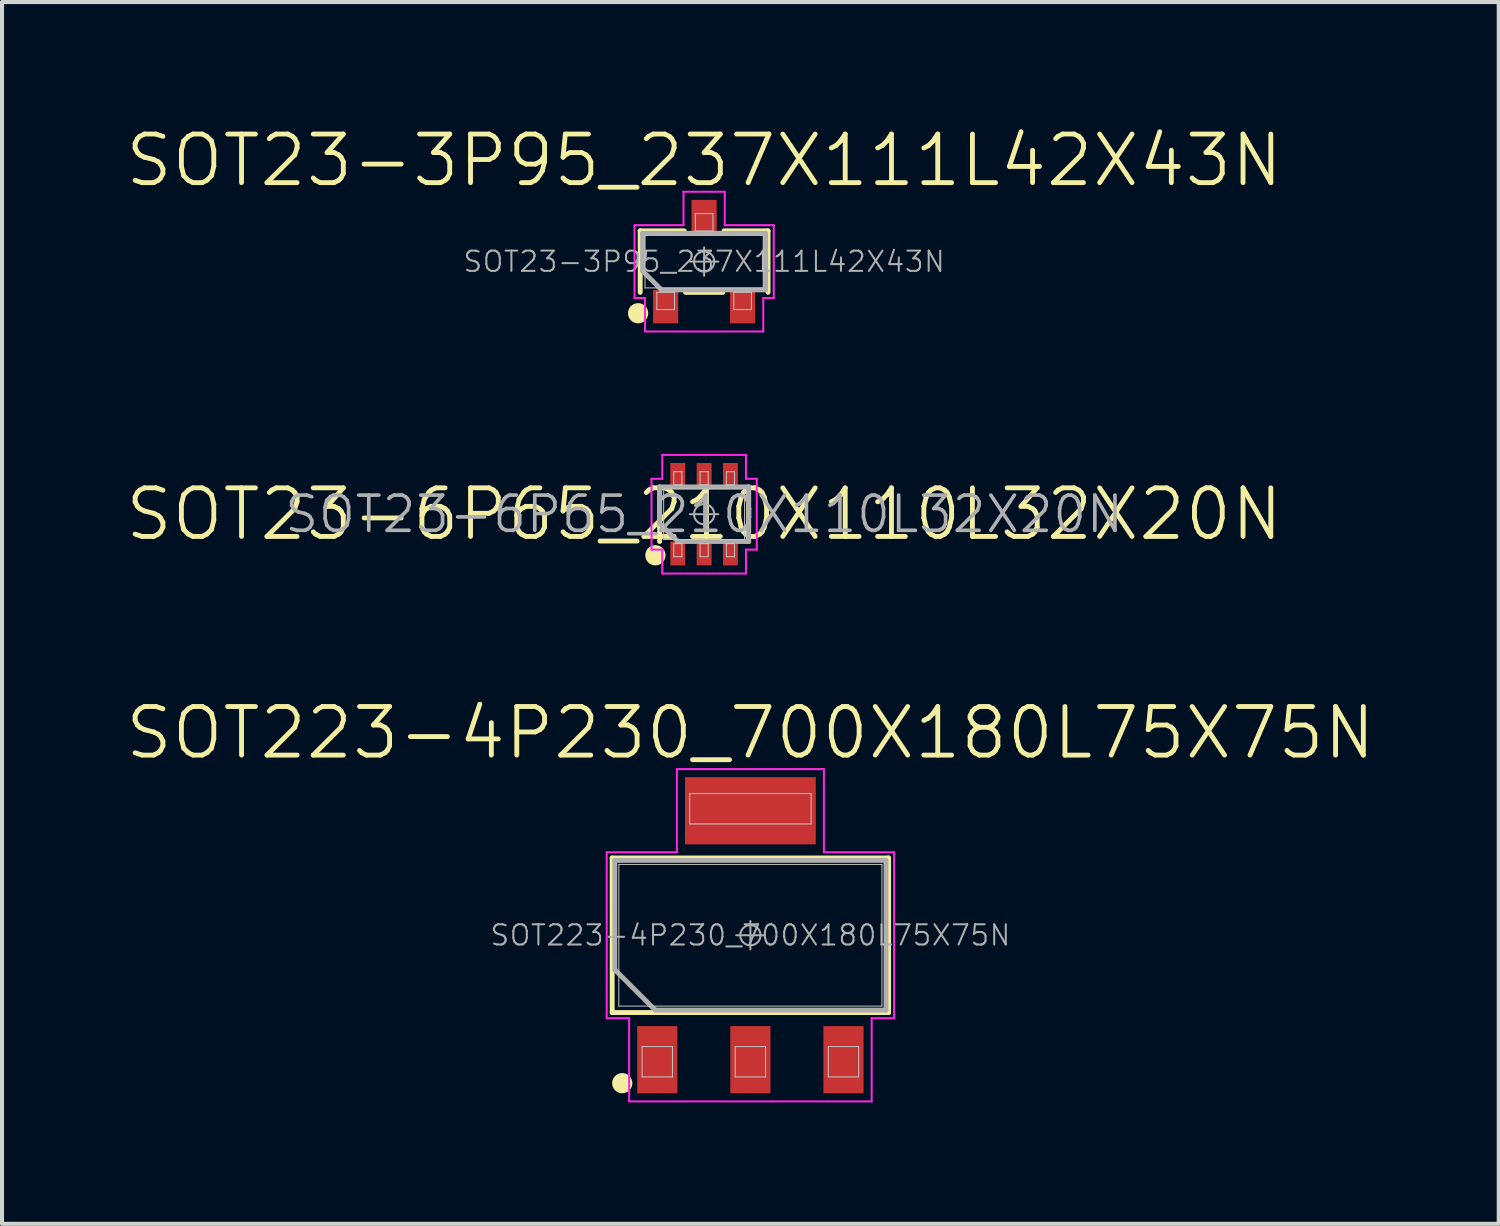
<source format=kicad_pcb>
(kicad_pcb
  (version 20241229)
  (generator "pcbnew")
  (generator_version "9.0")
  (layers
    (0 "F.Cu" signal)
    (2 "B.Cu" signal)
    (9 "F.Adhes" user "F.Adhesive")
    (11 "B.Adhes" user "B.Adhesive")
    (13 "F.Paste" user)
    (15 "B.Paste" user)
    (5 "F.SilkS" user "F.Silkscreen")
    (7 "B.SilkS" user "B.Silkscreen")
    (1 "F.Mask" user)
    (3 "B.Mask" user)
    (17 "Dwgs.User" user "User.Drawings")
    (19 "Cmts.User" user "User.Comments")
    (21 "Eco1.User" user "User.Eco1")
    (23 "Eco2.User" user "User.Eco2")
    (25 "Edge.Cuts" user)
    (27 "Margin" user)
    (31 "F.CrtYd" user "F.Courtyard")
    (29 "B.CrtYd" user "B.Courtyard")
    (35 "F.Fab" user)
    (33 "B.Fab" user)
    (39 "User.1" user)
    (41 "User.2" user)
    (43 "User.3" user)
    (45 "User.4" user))
  (footprint "SOT23-6P65_210X110L32X20N"
    (layer "F.Cu")
    (at 14.346 9.654)
    (property "Reference" "SOT23-6P65_210X110L32X20N" (at 0 0 0) (layer "F.SilkS") (effects (font (size 1.2 1.2) (thickness 0.12))))
    (attr smd)
    (fp_line (start -1.1 0.675) (end -1.1 -0.675) (stroke (width 0.12) (type solid)) (layer "F.SilkS"))
    (fp_line (start 1.1 -0.675) (end 1.1 0.675) (stroke (width 0.12) (type solid)) (layer "F.SilkS"))
    (fp_circle (center -1.204 1.015) (end -1.204 1.14) (stroke (width 0.25) (type solid)) (fill no) (layer "F.SilkS"))
    (fp_line (start -1 -0.625) (end 1 -0.625) (stroke (width 0.025) (type solid)) (layer "Dwgs.User"))
    (fp_line (start -1 0.625) (end -1 -0.625) (stroke (width 0.025) (type solid)) (layer "Dwgs.User"))
    (fp_line (start -0.75 -1.05) (end -0.55 -1.05) (stroke (width 0.025) (type solid)) (layer "Dwgs.User"))
    (fp_line (start -0.75 -0.726) (end -0.75 -1.05) (stroke (width 0.025) (type solid)) (layer "Dwgs.User"))
    (fp_line (start -0.75 0.726) (end -0.55 0.726) (stroke (width 0.025) (type solid)) (layer "Dwgs.User"))
    (fp_line (start -0.75 1.05) (end -0.75 0.726) (stroke (width 0.025) (type solid)) (layer "Dwgs.User"))
    (fp_line (start -0.55 -1.05) (end -0.55 -0.726) (stroke (width 0.025) (type solid)) (layer "Dwgs.User"))
    (fp_line (start -0.55 -0.726) (end -0.75 -0.726) (stroke (width 0.025) (type solid)) (layer "Dwgs.User"))
    (fp_line (start -0.55 0.726) (end -0.55 1.05) (stroke (width 0.025) (type solid)) (layer "Dwgs.User"))
    (fp_line (start -0.55 1.05) (end -0.75 1.05) (stroke (width 0.025) (type solid)) (layer "Dwgs.User"))
    (fp_line (start -0.1 -1.05) (end 0.1 -1.05) (stroke (width 0.025) (type solid)) (layer "Dwgs.User"))
    (fp_line (start -0.1 -0.726) (end -0.1 -1.05) (stroke (width 0.025) (type solid)) (layer "Dwgs.User"))
    (fp_line (start -0.1 0.726) (end 0.1 0.726) (stroke (width 0.025) (type solid)) (layer "Dwgs.User"))
    (fp_line (start -0.1 1.05) (end -0.1 0.726) (stroke (width 0.025) (type solid)) (layer "Dwgs.User"))
    (fp_line (start 0.1 -1.05) (end 0.1 -0.726) (stroke (width 0.025) (type solid)) (layer "Dwgs.User"))
    (fp_line (start 0.1 -0.726) (end -0.1 -0.726) (stroke (width 0.025) (type solid)) (layer "Dwgs.User"))
    (fp_line (start 0.1 0.726) (end 0.1 1.05) (stroke (width 0.025) (type solid)) (layer "Dwgs.User"))
    (fp_line (start 0.1 1.05) (end -0.1 1.05) (stroke (width 0.025) (type solid)) (layer "Dwgs.User"))
    (fp_line (start 0.55 -1.05) (end 0.75 -1.05) (stroke (width 0.025) (type solid)) (layer "Dwgs.User"))
    (fp_line (start 0.55 -0.726) (end 0.55 -1.05) (stroke (width 0.025) (type solid)) (layer "Dwgs.User"))
    (fp_line (start 0.55 0.726) (end 0.75 0.726) (stroke (width 0.025) (type solid)) (layer "Dwgs.User"))
    (fp_line (start 0.55 1.05) (end 0.55 0.726) (stroke (width 0.025) (type solid)) (layer "Dwgs.User"))
    (fp_line (start 0.75 -1.05) (end 0.75 -0.726) (stroke (width 0.025) (type solid)) (layer "Dwgs.User"))
    (fp_line (start 0.75 -0.726) (end 0.55 -0.726) (stroke (width 0.025) (type solid)) (layer "Dwgs.User"))
    (fp_line (start 0.75 0.726) (end 0.75 1.05) (stroke (width 0.025) (type solid)) (layer "Dwgs.User"))
    (fp_line (start 0.75 1.05) (end 0.55 1.05) (stroke (width 0.025) (type solid)) (layer "Dwgs.User"))
    (fp_line (start 1 -0.625) (end 1 0.625) (stroke (width 0.025) (type solid)) (layer "Dwgs.User"))
    (fp_line (start 1 0.625) (end -1 0.625) (stroke (width 0.025) (type solid)) (layer "Dwgs.User"))
    (fp_line (start -1.3 -0.875) (end -1.3 0.875) (stroke (width 0.05) (type solid)) (layer "F.CrtYd"))
    (fp_line (start -1.3 0.875) (end -1.034 0.875) (stroke (width 0.05) (type solid)) (layer "F.CrtYd"))
    (fp_line (start -1.034 -1.465) (end -1.034 -0.875) (stroke (width 0.05) (type solid)) (layer "F.CrtYd"))
    (fp_line (start -1.034 -0.875) (end -1.3 -0.875) (stroke (width 0.05) (type solid)) (layer "F.CrtYd"))
    (fp_line (start -1.034 0.875) (end -1.034 1.465) (stroke (width 0.05) (type solid)) (layer "F.CrtYd"))
    (fp_line (start -1.034 1.465) (end 1.034 1.465) (stroke (width 0.05) (type solid)) (layer "F.CrtYd"))
    (fp_line (start 1.034 -1.465) (end -1.034 -1.465) (stroke (width 0.05) (type solid)) (layer "F.CrtYd"))
    (fp_line (start 1.034 -0.875) (end 1.034 -1.465) (stroke (width 0.05) (type solid)) (layer "F.CrtYd"))
    (fp_line (start 1.034 0.875) (end 1.3 0.875) (stroke (width 0.05) (type solid)) (layer "F.CrtYd"))
    (fp_line (start 1.034 1.465) (end 1.034 0.875) (stroke (width 0.05) (type solid)) (layer "F.CrtYd"))
    (fp_line (start 1.3 -0.875) (end 1.034 -0.875) (stroke (width 0.05) (type solid)) (layer "F.CrtYd"))
    (fp_line (start 1.3 0.875) (end 1.3 -0.875) (stroke (width 0.05) (type solid)) (layer "F.CrtYd"))
    (fp_line (start -1.1 -0.675) (end 1.1 -0.675) (stroke (width 0.12) (type solid)) (layer "F.Fab"))
    (fp_line (start -1.1 0.225) (end -1.1 -0.675) (stroke (width 0.12) (type solid)) (layer "F.Fab"))
    (fp_line (start -0.65 0.675) (end -1.1 0.225) (stroke (width 0.12) (type solid)) (layer "F.Fab"))
    (fp_line (start -0.35 0) (end 0.35 0) (stroke (width 0.05) (type solid)) (layer "F.Fab"))
    (fp_line (start 0 -0.35) (end 0 0.35) (stroke (width 0.05) (type solid)) (layer "F.Fab"))
    (fp_line (start 1.1 -0.675) (end 1.1 0.675) (stroke (width 0.12) (type solid)) (layer "F.Fab"))
    (fp_line (start 1.1 0.675) (end -0.65 0.675) (stroke (width 0.12) (type solid)) (layer "F.Fab"))
    (fp_circle (center 0 0) (end 0.25 0) (stroke (width 0.05) (type solid)) (fill no) (layer "F.Fab"))
    (fp_text user "${REFERENCE}" (at 0 0 0) (layer "F.Fab") (effects (font (size 0.87 0.87) (thickness 0.09))))
    (pad "1" smd rect (at -0.65 0.97 90) (size 0.59 0.369) (layers "F.Cu" "F.Mask" "F.Paste"))
    (pad "2" smd rect (at 0 0.97 90) (size 0.59 0.369) (layers "F.Cu" "F.Mask" "F.Paste"))
    (pad "3" smd rect (at 0.65 0.97 90) (size 0.59 0.369) (layers "F.Cu" "F.Mask" "F.Paste"))
    (pad "4" smd rect (at 0.65 -0.97 90) (size 0.59 0.369) (layers "F.Cu" "F.Mask" "F.Paste"))
    (pad "5" smd rect (at 0 -0.97 90) (size 0.59 0.369) (layers "F.Cu" "F.Mask" "F.Paste"))
    (pad "6" smd rect (at -0.65 -0.97 90) (size 0.59 0.369) (layers "F.Cu" "F.Mask" "F.Paste")))
  (footprint "SOT223-4P230_700X180L75X75N"
    (layer "F.Cu")
    (at 15.489 20.056)
    (property "Reference" "SOT223-4P230_700X180L75X75N" (at 0 -5 0) (layer "F.SilkS") (effects (font (size 1.2 1.2) (thickness 0.12))))
    (attr smd)
    (fp_line (start -3.415 -1.91) (end 3.415 -1.91) (stroke (width 0.12) (type solid)) (layer "F.SilkS"))
    (fp_line (start -3.415 1.91) (end -3.415 -1.91) (stroke (width 0.12) (type solid)) (layer "F.SilkS"))
    (fp_line (start 3.415 -1.91) (end 3.415 1.91) (stroke (width 0.12) (type solid)) (layer "F.SilkS"))
    (fp_line (start 3.415 1.91) (end -3.415 1.91) (stroke (width 0.12) (type solid)) (layer "F.SilkS"))
    (fp_circle (center -3.166 3.655) (end -3.166 3.78) (stroke (width 0.25) (type solid)) (fill no) (layer "F.SilkS"))
    (fp_line (start -3.25 -1.75) (end 3.25 -1.75) (stroke (width 0.025) (type solid)) (layer "Dwgs.User"))
    (fp_line (start -3.25 1.75) (end -3.25 -1.75) (stroke (width 0.025) (type solid)) (layer "Dwgs.User"))
    (fp_line (start -2.675 2.75) (end -1.925 2.75) (stroke (width 0.025) (type solid)) (layer "Dwgs.User"))
    (fp_line (start -2.675 3.5) (end -2.675 2.75) (stroke (width 0.025) (type solid)) (layer "Dwgs.User"))
    (fp_line (start -1.925 2.75) (end -1.925 3.5) (stroke (width 0.025) (type solid)) (layer "Dwgs.User"))
    (fp_line (start -1.925 3.5) (end -2.675 3.5) (stroke (width 0.025) (type solid)) (layer "Dwgs.User"))
    (fp_line (start -1.5 -3.5) (end 1.5 -3.5) (stroke (width 0.025) (type solid)) (layer "Dwgs.User"))
    (fp_line (start -1.5 -2.75) (end -1.5 -3.5) (stroke (width 0.025) (type solid)) (layer "Dwgs.User"))
    (fp_line (start -0.375 2.75) (end 0.375 2.75) (stroke (width 0.025) (type solid)) (layer "Dwgs.User"))
    (fp_line (start -0.375 3.5) (end -0.375 2.75) (stroke (width 0.025) (type solid)) (layer "Dwgs.User"))
    (fp_line (start 0.375 2.75) (end 0.375 3.5) (stroke (width 0.025) (type solid)) (layer "Dwgs.User"))
    (fp_line (start 0.375 3.5) (end -0.375 3.5) (stroke (width 0.025) (type solid)) (layer "Dwgs.User"))
    (fp_line (start 1.5 -3.5) (end 1.5 -2.75) (stroke (width 0.025) (type solid)) (layer "Dwgs.User"))
    (fp_line (start 1.5 -2.75) (end -1.5 -2.75) (stroke (width 0.025) (type solid)) (layer "Dwgs.User"))
    (fp_line (start 1.925 2.75) (end 2.675 2.75) (stroke (width 0.025) (type solid)) (layer "Dwgs.User"))
    (fp_line (start 1.925 3.5) (end 1.925 2.75) (stroke (width 0.025) (type solid)) (layer "Dwgs.User"))
    (fp_line (start 2.675 2.75) (end 2.675 3.5) (stroke (width 0.025) (type solid)) (layer "Dwgs.User"))
    (fp_line (start 2.675 3.5) (end 1.925 3.5) (stroke (width 0.025) (type solid)) (layer "Dwgs.User"))
    (fp_line (start 3.25 -1.75) (end 3.25 1.75) (stroke (width 0.025) (type solid)) (layer "Dwgs.User"))
    (fp_line (start 3.25 1.75) (end -3.25 1.75) (stroke (width 0.025) (type solid)) (layer "Dwgs.User"))
    (fp_line (start -3.55 -2.05) (end -3.55 2.05) (stroke (width 0.05) (type solid)) (layer "F.CrtYd"))
    (fp_line (start -3.55 2.05) (end -2.996 2.05) (stroke (width 0.05) (type solid)) (layer "F.CrtYd"))
    (fp_line (start -2.996 2.05) (end -2.996 4.105) (stroke (width 0.05) (type solid)) (layer "F.CrtYd"))
    (fp_line (start -2.996 4.105) (end 2.996 4.105) (stroke (width 0.05) (type solid)) (layer "F.CrtYd"))
    (fp_line (start -1.816 -4.105) (end -1.816 -2.05) (stroke (width 0.05) (type solid)) (layer "F.CrtYd"))
    (fp_line (start -1.816 -2.05) (end -3.55 -2.05) (stroke (width 0.05) (type solid)) (layer "F.CrtYd"))
    (fp_line (start 1.816 -4.105) (end -1.816 -4.105) (stroke (width 0.05) (type solid)) (layer "F.CrtYd"))
    (fp_line (start 1.816 -2.05) (end 1.816 -4.105) (stroke (width 0.05) (type solid)) (layer "F.CrtYd"))
    (fp_line (start 2.996 2.05) (end 3.55 2.05) (stroke (width 0.05) (type solid)) (layer "F.CrtYd"))
    (fp_line (start 2.996 4.105) (end 2.996 2.05) (stroke (width 0.05) (type solid)) (layer "F.CrtYd"))
    (fp_line (start 3.55 -2.05) (end 1.816 -2.05) (stroke (width 0.05) (type solid)) (layer "F.CrtYd"))
    (fp_line (start 3.55 2.05) (end 3.55 -2.05) (stroke (width 0.05) (type solid)) (layer "F.CrtYd"))
    (fp_line (start -3.35 -1.85) (end 3.35 -1.85) (stroke (width 0.12) (type solid)) (layer "F.Fab"))
    (fp_line (start -3.35 0.85) (end -3.35 -1.85) (stroke (width 0.12) (type solid)) (layer "F.Fab"))
    (fp_line (start -2.35 1.85) (end -3.35 0.85) (stroke (width 0.12) (type solid)) (layer "F.Fab"))
    (fp_line (start -0.35 0) (end 0.35 0) (stroke (width 0.05) (type solid)) (layer "F.Fab"))
    (fp_line (start 0 -0.35) (end 0 0.35) (stroke (width 0.05) (type solid)) (layer "F.Fab"))
    (fp_line (start 3.35 -1.85) (end 3.35 1.85) (stroke (width 0.12) (type solid)) (layer "F.Fab"))
    (fp_line (start 3.35 1.85) (end -2.35 1.85) (stroke (width 0.12) (type solid)) (layer "F.Fab"))
    (fp_circle (center 0 0) (end 0.25 0) (stroke (width 0.05) (type solid)) (fill no) (layer "F.Fab"))
    (fp_text user "${REFERENCE}" (at 0 0 0) (layer "F.Fab") (effects (font (size 0.5 0.5) (thickness 0.05))))
    (pad "1" smd rect (at -2.3 3.075 90) (size 1.66 0.992) (layers "F.Cu" "F.Mask" "F.Paste"))
    (pad "2" smd rect (at 0 -3.075 90) (size 1.66 3.232) (layers "F.Cu" "F.Mask" "F.Paste"))
    (pad "2" smd rect (at 0 3.075 90) (size 1.66 0.992) (layers "F.Cu" "F.Mask" "F.Paste"))
    (pad "3" smd rect (at 2.3 3.075 90) (size 1.66 0.992) (layers "F.Cu" "F.Mask" "F.Paste")))
  (footprint "SOT23-3P95_237X111L42X43N"
    (layer "F.Cu")
    (at 14.346 3.413)
    (property "Reference" "SOT23-3P95_237X111L42X43N" (at 0 -2.5 0) (layer "F.SilkS") (effects (font (size 1.2 1.2) (thickness 0.12))))
    (attr smd)
    (fp_line (start -1.58 -0.76) (end -0.491 -0.76) (stroke (width 0.12) (type solid)) (layer "F.SilkS"))
    (fp_line (start -1.58 0.76) (end -1.58 -0.76) (stroke (width 0.12) (type solid)) (layer "F.SilkS"))
    (fp_line (start 0.46 0.76) (end -0.46 0.76) (stroke (width 0.12) (type solid)) (layer "F.SilkS"))
    (fp_line (start 0.491 -0.76) (end 1.58 -0.76) (stroke (width 0.12) (type solid)) (layer "F.SilkS"))
    (fp_line (start 1.58 -0.76) (end 1.58 0.76) (stroke (width 0.12) (type solid)) (layer "F.SilkS"))
    (fp_circle (center -1.631 1.276) (end -1.631 1.401) (stroke (width 0.25) (type solid)) (fill no) (layer "F.SilkS"))
    (fp_line (start -1.46 -0.65) (end 1.46 -0.65) (stroke (width 0.025) (type solid)) (layer "Dwgs.User"))
    (fp_line (start -1.46 0.65) (end -1.46 -0.65) (stroke (width 0.025) (type solid)) (layer "Dwgs.User"))
    (fp_line (start -1.168 0.759) (end -0.732 0.759) (stroke (width 0.025) (type solid)) (layer "Dwgs.User"))
    (fp_line (start -1.168 1.185) (end -1.168 0.759) (stroke (width 0.025) (type solid)) (layer "Dwgs.User"))
    (fp_line (start -0.732 0.759) (end -0.732 1.185) (stroke (width 0.025) (type solid)) (layer "Dwgs.User"))
    (fp_line (start -0.732 1.185) (end -1.168 1.185) (stroke (width 0.025) (type solid)) (layer "Dwgs.User"))
    (fp_line (start -0.218 -1.185) (end 0.218 -1.185) (stroke (width 0.025) (type solid)) (layer "Dwgs.User"))
    (fp_line (start -0.218 -0.759) (end -0.218 -1.185) (stroke (width 0.025) (type solid)) (layer "Dwgs.User"))
    (fp_line (start 0.218 -1.185) (end 0.218 -0.759) (stroke (width 0.025) (type solid)) (layer "Dwgs.User"))
    (fp_line (start 0.218 -0.759) (end -0.218 -0.759) (stroke (width 0.025) (type solid)) (layer "Dwgs.User"))
    (fp_line (start 0.732 0.759) (end 1.168 0.759) (stroke (width 0.025) (type solid)) (layer "Dwgs.User"))
    (fp_line (start 0.732 1.185) (end 0.732 0.759) (stroke (width 0.025) (type solid)) (layer "Dwgs.User"))
    (fp_line (start 1.168 0.759) (end 1.168 1.185) (stroke (width 0.025) (type solid)) (layer "Dwgs.User"))
    (fp_line (start 1.168 1.185) (end 0.732 1.185) (stroke (width 0.025) (type solid)) (layer "Dwgs.User"))
    (fp_line (start 1.46 -0.65) (end 1.46 0.65) (stroke (width 0.025) (type solid)) (layer "Dwgs.User"))
    (fp_line (start 1.46 0.65) (end -1.46 0.65) (stroke (width 0.025) (type solid)) (layer "Dwgs.User"))
    (fp_line (start -1.72 -0.9) (end -1.72 0.9) (stroke (width 0.05) (type solid)) (layer "F.CrtYd"))
    (fp_line (start -1.72 0.9) (end -1.461 0.9) (stroke (width 0.05) (type solid)) (layer "F.CrtYd"))
    (fp_line (start -1.461 0.9) (end -1.461 1.726) (stroke (width 0.05) (type solid)) (layer "F.CrtYd"))
    (fp_line (start -1.461 1.726) (end 1.461 1.726) (stroke (width 0.05) (type solid)) (layer "F.CrtYd"))
    (fp_line (start -0.51 -1.726) (end -0.51 -0.9) (stroke (width 0.05) (type solid)) (layer "F.CrtYd"))
    (fp_line (start -0.51 -0.9) (end -1.72 -0.9) (stroke (width 0.05) (type solid)) (layer "F.CrtYd"))
    (fp_line (start 0.51 -1.726) (end -0.51 -1.726) (stroke (width 0.05) (type solid)) (layer "F.CrtYd"))
    (fp_line (start 0.51 -0.9) (end 0.51 -1.726) (stroke (width 0.05) (type solid)) (layer "F.CrtYd"))
    (fp_line (start 1.461 0.9) (end 1.72 0.9) (stroke (width 0.05) (type solid)) (layer "F.CrtYd"))
    (fp_line (start 1.461 1.726) (end 1.461 0.9) (stroke (width 0.05) (type solid)) (layer "F.CrtYd"))
    (fp_line (start 1.72 -0.9) (end 0.51 -0.9) (stroke (width 0.05) (type solid)) (layer "F.CrtYd"))
    (fp_line (start 1.72 0.9) (end 1.72 -0.9) (stroke (width 0.05) (type solid)) (layer "F.CrtYd"))
    (fp_line (start -1.52 -0.7) (end 1.52 -0.7) (stroke (width 0.12) (type solid)) (layer "F.Fab"))
    (fp_line (start -1.52 0.233) (end -1.52 -0.7) (stroke (width 0.12) (type solid)) (layer "F.Fab"))
    (fp_line (start -1.053 0.7) (end -1.52 0.233) (stroke (width 0.12) (type solid)) (layer "F.Fab"))
    (fp_line (start -0.35 0) (end 0.35 0) (stroke (width 0.05) (type solid)) (layer "F.Fab"))
    (fp_line (start 0 -0.35) (end 0 0.35) (stroke (width 0.05) (type solid)) (layer "F.Fab"))
    (fp_line (start 1.52 -0.7) (end 1.52 0.7) (stroke (width 0.12) (type solid)) (layer "F.Fab"))
    (fp_line (start 1.52 0.7) (end -1.053 0.7) (stroke (width 0.12) (type solid)) (layer "F.Fab"))
    (fp_circle (center 0 0) (end 0.25 0) (stroke (width 0.05) (type solid)) (fill no) (layer "F.Fab"))
    (fp_text user "${REFERENCE}" (at 0 0 0) (layer "F.Fab") (effects (font (size 0.5 0.5) (thickness 0.05))))
    (pad "1" smd rect (at -0.95 1.113 90) (size 0.826 0.621) (layers "F.Cu" "F.Mask" "F.Paste"))
    (pad "2" smd rect (at 0.95 1.113 90) (size 0.826 0.621) (layers "F.Cu" "F.Mask" "F.Paste"))
    (pad "3" smd rect (at 0 -1.113 90) (size 0.826 0.621) (layers "F.Cu" "F.Mask" "F.Paste")))
  (gr_rect
    (start -3 -3)
    (end 33.977 27.186)
    (stroke (width 0.1) (type default))
    (fill no)
    (layer "Edge.Cuts")))
</source>
